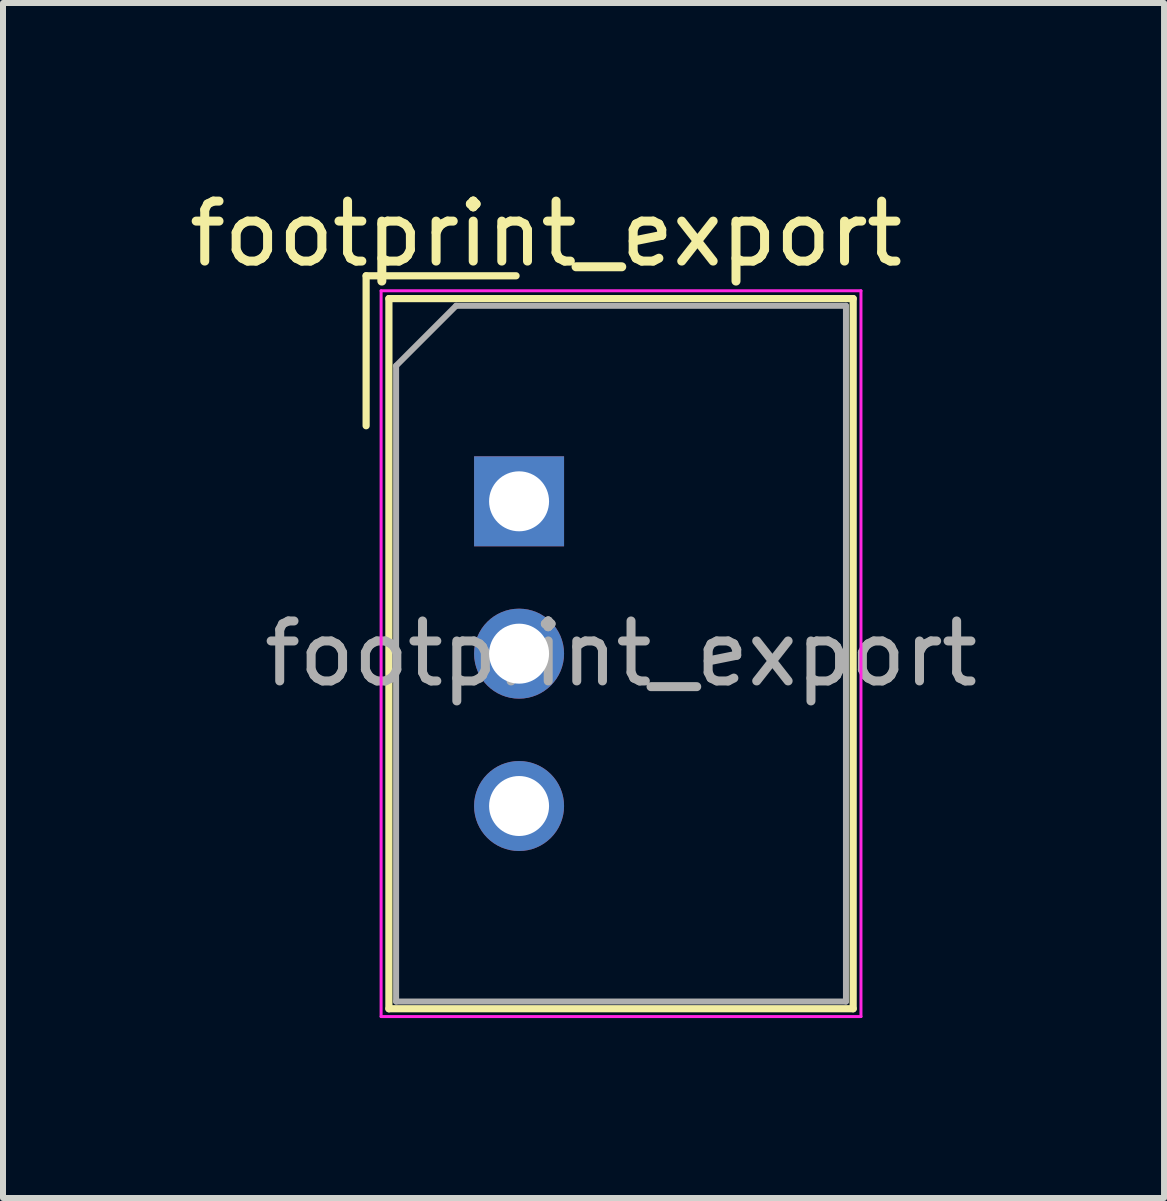
<source format=kicad_pcb>
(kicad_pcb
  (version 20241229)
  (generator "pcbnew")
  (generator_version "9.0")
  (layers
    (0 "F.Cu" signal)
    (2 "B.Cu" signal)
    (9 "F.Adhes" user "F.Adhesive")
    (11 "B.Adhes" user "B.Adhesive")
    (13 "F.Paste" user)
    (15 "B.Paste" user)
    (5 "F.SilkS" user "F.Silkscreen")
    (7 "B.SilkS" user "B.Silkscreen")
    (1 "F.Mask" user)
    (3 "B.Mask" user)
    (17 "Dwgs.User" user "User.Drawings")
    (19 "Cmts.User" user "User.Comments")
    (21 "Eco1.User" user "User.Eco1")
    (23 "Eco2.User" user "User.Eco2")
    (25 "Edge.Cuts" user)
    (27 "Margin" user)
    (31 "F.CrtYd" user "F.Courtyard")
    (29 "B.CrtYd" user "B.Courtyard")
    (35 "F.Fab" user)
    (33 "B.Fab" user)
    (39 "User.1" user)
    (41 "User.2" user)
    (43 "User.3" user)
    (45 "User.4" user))
  (footprint "footprint_export"
    (layer "F.Cu")
    (at 5.604 5.308)
    (property "Reference" "footprint_export" (at 0.45 -4.46 0) (layer "F.SilkS") (effects (font (size 1 1) (thickness 0.15))))
    (attr through_hole)
    (fp_line (start -2.55 -3.76) (end -0.05 -3.76) (stroke (width 0.12) (type solid)) (layer "F.SilkS"))
    (fp_line (start -2.55 -1.26) (end -2.55 -3.76) (stroke (width 0.12) (type solid)) (layer "F.SilkS"))
    (fp_line (start -2.17 -3.38) (end -2.17 8.46) (stroke (width 0.12) (type solid)) (layer "F.SilkS"))
    (fp_line (start -2.17 -3.38) (end 5.57 -3.38) (stroke (width 0.12) (type solid)) (layer "F.SilkS"))
    (fp_line (start -2.17 8.46) (end 5.57 8.46) (stroke (width 0.12) (type solid)) (layer "F.SilkS"))
    (fp_line (start 5.57 -3.38) (end 5.57 8.46) (stroke (width 0.12) (type solid)) (layer "F.SilkS"))
    (fp_line (start -2.3 -3.51) (end -2.3 8.59) (stroke (width 0.05) (type solid)) (layer "F.CrtYd"))
    (fp_line (start -2.3 -3.51) (end 5.7 -3.51) (stroke (width 0.05) (type solid)) (layer "F.CrtYd"))
    (fp_line (start -2.3 8.59) (end 5.7 8.59) (stroke (width 0.05) (type solid)) (layer "F.CrtYd"))
    (fp_line (start 5.7 -3.51) (end 5.7 8.59) (stroke (width 0.05) (type solid)) (layer "F.CrtYd"))
    (fp_line (start -2.05 -2.26) (end -1.05 -3.26) (stroke (width 0.1) (type solid)) (layer "F.Fab"))
    (fp_line (start -2.05 8.34) (end -2.05 -2.26) (stroke (width 0.1) (type solid)) (layer "F.Fab"))
    (fp_line (start -1.05 -3.26) (end 5.45 -3.26) (stroke (width 0.1) (type solid)) (layer "F.Fab"))
    (fp_line (start 5.45 -3.26) (end 5.45 8.34) (stroke (width 0.1) (type solid)) (layer "F.Fab"))
    (fp_line (start 5.45 8.34) (end -2.05 8.34) (stroke (width 0.1) (type solid)) (layer "F.Fab"))
    (fp_text user "${REFERENCE}" (at 1.7 2.54 0) (layer "F.Fab") (effects (font (size 1 1) (thickness 0.15))))
    (pad "1" thru_hole rect (at 0 0) (size 1.5 1.5) (drill 1) (layers "*.Cu" "*.Mask"))
    (pad "2" thru_hole circle (at 0 2.54) (size 1.5 1.5) (drill 1) (layers "*.Cu" "*.Mask"))
    (pad "3" thru_hole circle (at 0 5.08) (size 1.5 1.5) (drill 1) (layers "*.Cu" "*.Mask")))
  (gr_rect
    (start -3 -3)
    (end 16.357 16.923)
    (stroke (width 0.1) (type default))
    (fill no)
    (layer "Edge.Cuts")))
</source>
